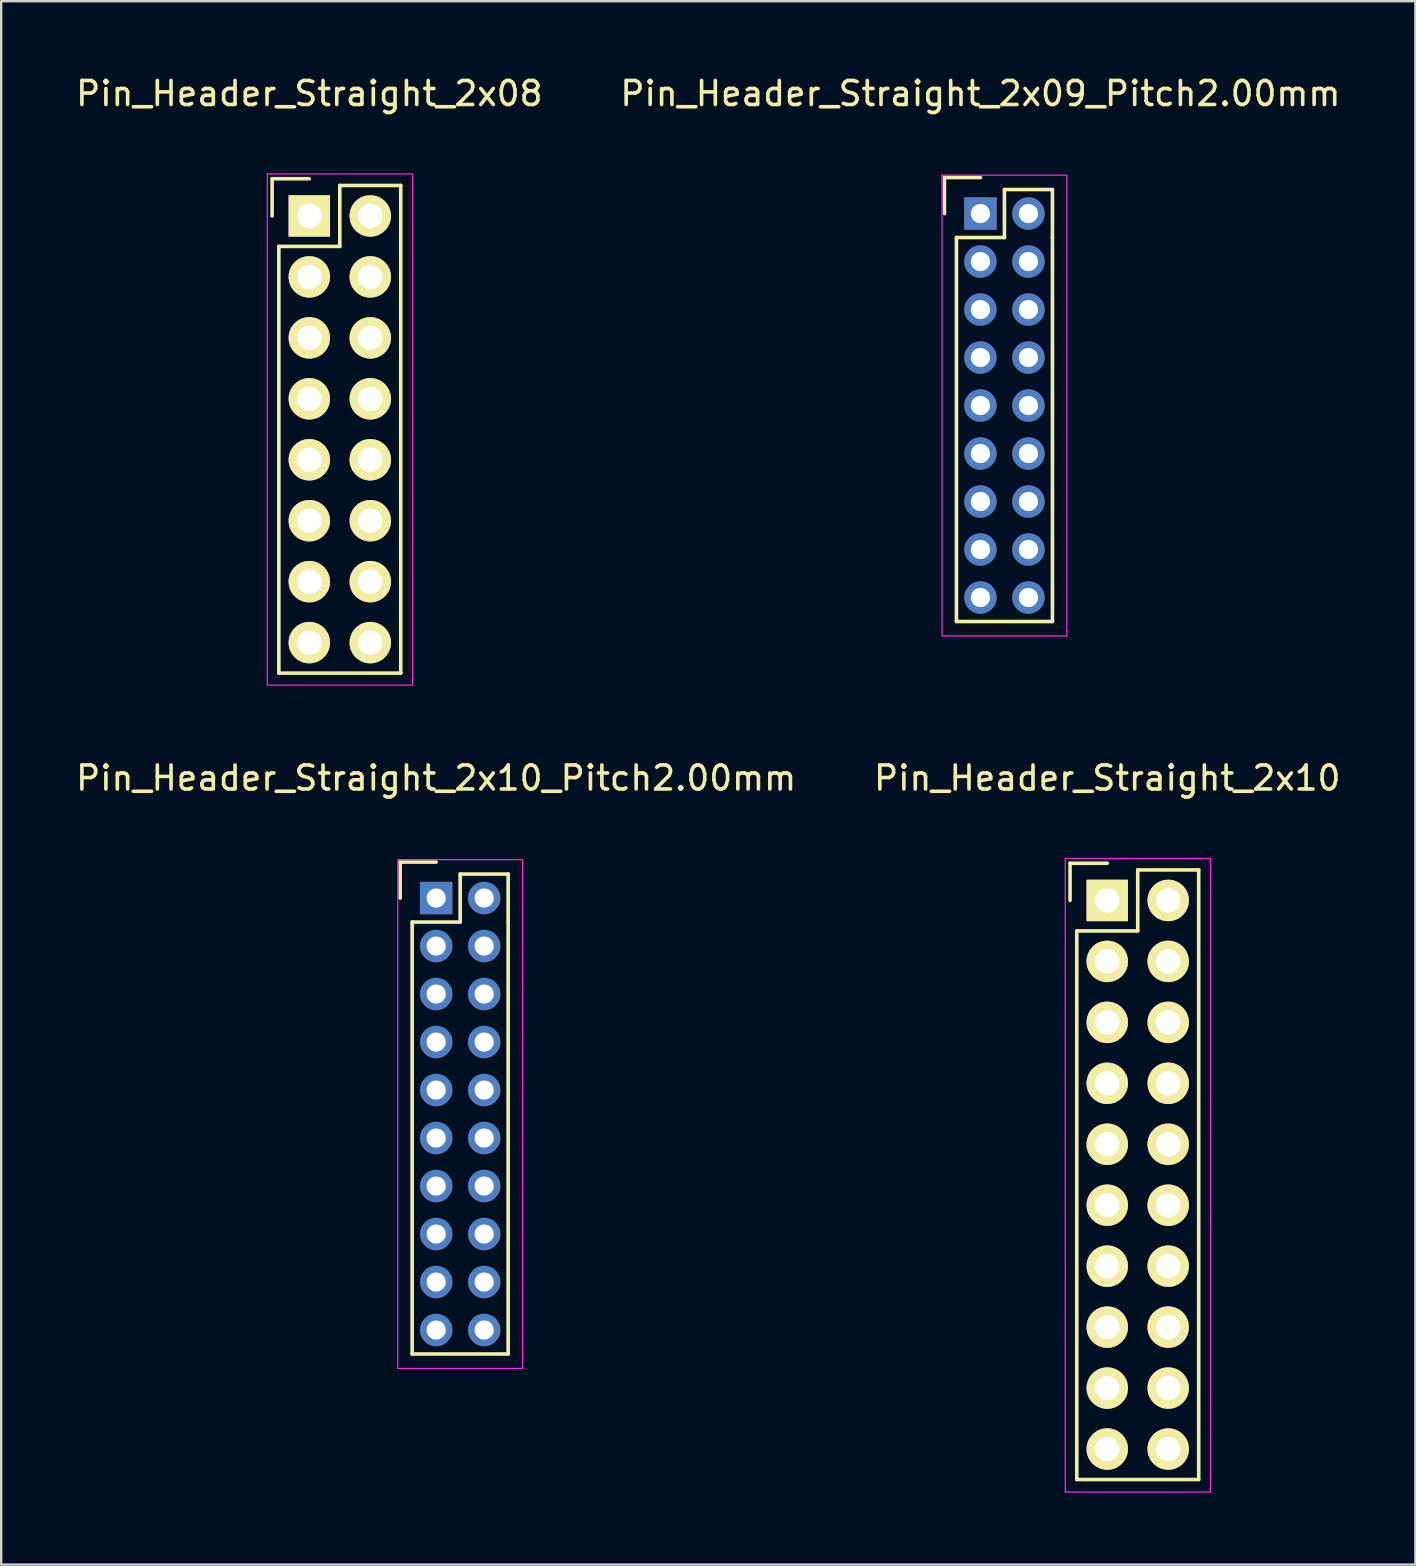
<source format=kicad_pcb>
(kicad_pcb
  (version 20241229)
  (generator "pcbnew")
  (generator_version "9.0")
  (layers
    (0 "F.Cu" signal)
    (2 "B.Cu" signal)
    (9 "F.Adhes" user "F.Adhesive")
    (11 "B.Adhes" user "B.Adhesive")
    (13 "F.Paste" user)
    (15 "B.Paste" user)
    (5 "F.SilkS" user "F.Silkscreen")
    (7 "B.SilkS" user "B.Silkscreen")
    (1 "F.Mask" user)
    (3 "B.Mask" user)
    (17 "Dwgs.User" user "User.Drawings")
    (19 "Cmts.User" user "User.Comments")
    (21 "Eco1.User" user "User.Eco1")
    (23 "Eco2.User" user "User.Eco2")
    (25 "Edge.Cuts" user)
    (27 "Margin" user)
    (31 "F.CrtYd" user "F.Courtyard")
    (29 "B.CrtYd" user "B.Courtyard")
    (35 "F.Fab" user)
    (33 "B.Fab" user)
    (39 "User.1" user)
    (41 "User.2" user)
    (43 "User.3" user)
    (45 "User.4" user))
  (footprint "Pin_Header_Straight_2x10_Pitch2.00mm"
    (layer "F.Cu")
    (at 15.125 34.371)
    (property "Reference" "Pin_Header_Straight_2x10_Pitch2.00mm" (at 0 -5 0) (layer "F.SilkS") (effects (font (size 1 1) (thickness 0.15))))
    (attr through_hole)
    (fp_line (start -1.5 -1.5) (end 0 -1.5) (stroke (width 0.15) (type solid)) (layer "F.SilkS"))
    (fp_line (start -1.5 0) (end -1.5 -1.5) (stroke (width 0.15) (type solid)) (layer "F.SilkS"))
    (fp_line (start -1 1) (end 1 1) (stroke (width 0.15) (type solid)) (layer "F.SilkS"))
    (fp_line (start -1 19) (end -1 1) (stroke (width 0.15) (type solid)) (layer "F.SilkS"))
    (fp_line (start 1 -1) (end 3 -1) (stroke (width 0.15) (type solid)) (layer "F.SilkS"))
    (fp_line (start 1 1) (end 1 -1) (stroke (width 0.15) (type solid)) (layer "F.SilkS"))
    (fp_line (start 3 -1) (end 3 1) (stroke (width 0.15) (type solid)) (layer "F.SilkS"))
    (fp_line (start 3 1) (end 3 19) (stroke (width 0.15) (type solid)) (layer "F.SilkS"))
    (fp_line (start 3 19) (end -1 19) (stroke (width 0.15) (type solid)) (layer "F.SilkS"))
    (fp_line (start -1.6 -1.6) (end 3.6 -1.6) (stroke (width 0.05) (type solid)) (layer "F.CrtYd"))
    (fp_line (start -1.6 19.6) (end -1.6 -1.6) (stroke (width 0.05) (type solid)) (layer "F.CrtYd"))
    (fp_line (start 3.6 -1.6) (end 3.6 19.6) (stroke (width 0.05) (type solid)) (layer "F.CrtYd"))
    (fp_line (start 3.6 19.6) (end -1.6 19.6) (stroke (width 0.05) (type solid)) (layer "F.CrtYd"))
    (pad "1" thru_hole rect (at 0 0) (size 1.35 1.35) (drill 0.8) (layers "*.Cu" "*.Mask"))
    (pad "2" thru_hole circle (at 2 0) (size 1.35 1.35) (drill 0.8) (layers "*.Cu" "*.Mask"))
    (pad "3" thru_hole circle (at 0 2) (size 1.35 1.35) (drill 0.8) (layers "*.Cu" "*.Mask"))
    (pad "4" thru_hole circle (at 2 2) (size 1.35 1.35) (drill 0.8) (layers "*.Cu" "*.Mask"))
    (pad "5" thru_hole circle (at 0 4) (size 1.35 1.35) (drill 0.8) (layers "*.Cu" "*.Mask"))
    (pad "6" thru_hole circle (at 2 4) (size 1.35 1.35) (drill 0.8) (layers "*.Cu" "*.Mask"))
    (pad "7" thru_hole circle (at 0 6) (size 1.35 1.35) (drill 0.8) (layers "*.Cu" "*.Mask"))
    (pad "8" thru_hole circle (at 2 6) (size 1.35 1.35) (drill 0.8) (layers "*.Cu" "*.Mask"))
    (pad "9" thru_hole circle (at 0 8) (size 1.35 1.35) (drill 0.8) (layers "*.Cu" "*.Mask"))
    (pad "10" thru_hole circle (at 2 8) (size 1.35 1.35) (drill 0.8) (layers "*.Cu" "*.Mask"))
    (pad "11" thru_hole circle (at 0 10) (size 1.35 1.35) (drill 0.8) (layers "*.Cu" "*.Mask"))
    (pad "12" thru_hole circle (at 2 10) (size 1.35 1.35) (drill 0.8) (layers "*.Cu" "*.Mask"))
    (pad "13" thru_hole circle (at 0 12) (size 1.35 1.35) (drill 0.8) (layers "*.Cu" "*.Mask"))
    (pad "14" thru_hole circle (at 2 12) (size 1.35 1.35) (drill 0.8) (layers "*.Cu" "*.Mask"))
    (pad "15" thru_hole circle (at 0 14) (size 1.35 1.35) (drill 0.8) (layers "*.Cu" "*.Mask"))
    (pad "16" thru_hole circle (at 2 14) (size 1.35 1.35) (drill 0.8) (layers "*.Cu" "*.Mask"))
    (pad "17" thru_hole circle (at 0 16) (size 1.35 1.35) (drill 0.8) (layers "*.Cu" "*.Mask"))
    (pad "18" thru_hole circle (at 2 16) (size 1.35 1.35) (drill 0.8) (layers "*.Cu" "*.Mask"))
    (pad "19" thru_hole circle (at 0 18) (size 1.35 1.35) (drill 0.8) (layers "*.Cu" "*.Mask"))
    (pad "20" thru_hole circle (at 2 18) (size 1.35 1.35) (drill 0.8) (layers "*.Cu" "*.Mask")))
  (footprint "Pin_Header_Straight_2x08"
    (layer "F.Cu")
    (at 9.839 5.948)
    (property "Reference" "Pin_Header_Straight_2x08" (at 0 -5.1 0) (layer "F.SilkS") (effects (font (size 1 1) (thickness 0.15))))
    (attr through_hole)
    (fp_line (start -1.55 -1.55) (end -1.55 0) (stroke (width 0.15) (type solid)) (layer "F.SilkS"))
    (fp_line (start -1.27 1.27) (end -1.27 19.05) (stroke (width 0.15) (type solid)) (layer "F.SilkS"))
    (fp_line (start 0 -1.55) (end -1.55 -1.55) (stroke (width 0.15) (type solid)) (layer "F.SilkS"))
    (fp_line (start 1.27 -1.27) (end 1.27 1.27) (stroke (width 0.15) (type solid)) (layer "F.SilkS"))
    (fp_line (start 1.27 1.27) (end -1.27 1.27) (stroke (width 0.15) (type solid)) (layer "F.SilkS"))
    (fp_line (start 3.81 -1.27) (end 1.27 -1.27) (stroke (width 0.15) (type solid)) (layer "F.SilkS"))
    (fp_line (start 3.81 19.05) (end -1.27 19.05) (stroke (width 0.15) (type solid)) (layer "F.SilkS"))
    (fp_line (start 3.81 19.05) (end 3.81 -1.27) (stroke (width 0.15) (type solid)) (layer "F.SilkS"))
    (fp_line (start -1.75 -1.75) (end -1.75 19.55) (stroke (width 0.05) (type solid)) (layer "F.CrtYd"))
    (fp_line (start -1.75 -1.75) (end 4.3 -1.75) (stroke (width 0.05) (type solid)) (layer "F.CrtYd"))
    (fp_line (start -1.75 19.55) (end 4.3 19.55) (stroke (width 0.05) (type solid)) (layer "F.CrtYd"))
    (fp_line (start 4.3 -1.75) (end 4.3 19.55) (stroke (width 0.05) (type solid)) (layer "F.CrtYd"))
    (pad "1" thru_hole rect (at 0 0) (size 1.727 1.727) (drill 1.016) (layers "*.Cu" "*.Mask" "F.SilkS"))
    (pad "2" thru_hole oval (at 2.54 0) (size 1.727 1.727) (drill 1.016) (layers "*.Cu" "*.Mask" "F.SilkS"))
    (pad "3" thru_hole oval (at 0 2.54) (size 1.727 1.727) (drill 1.016) (layers "*.Cu" "*.Mask" "F.SilkS"))
    (pad "4" thru_hole oval (at 2.54 2.54) (size 1.727 1.727) (drill 1.016) (layers "*.Cu" "*.Mask" "F.SilkS"))
    (pad "5" thru_hole oval (at 0 5.08) (size 1.727 1.727) (drill 1.016) (layers "*.Cu" "*.Mask" "F.SilkS"))
    (pad "6" thru_hole oval (at 2.54 5.08) (size 1.727 1.727) (drill 1.016) (layers "*.Cu" "*.Mask" "F.SilkS"))
    (pad "7" thru_hole oval (at 0 7.62) (size 1.727 1.727) (drill 1.016) (layers "*.Cu" "*.Mask" "F.SilkS"))
    (pad "8" thru_hole oval (at 2.54 7.62) (size 1.727 1.727) (drill 1.016) (layers "*.Cu" "*.Mask" "F.SilkS"))
    (pad "9" thru_hole oval (at 0 10.16) (size 1.727 1.727) (drill 1.016) (layers "*.Cu" "*.Mask" "F.SilkS"))
    (pad "10" thru_hole oval (at 2.54 10.16) (size 1.727 1.727) (drill 1.016) (layers "*.Cu" "*.Mask" "F.SilkS"))
    (pad "11" thru_hole oval (at 0 12.7) (size 1.727 1.727) (drill 1.016) (layers "*.Cu" "*.Mask" "F.SilkS"))
    (pad "12" thru_hole oval (at 2.54 12.7) (size 1.727 1.727) (drill 1.016) (layers "*.Cu" "*.Mask" "F.SilkS"))
    (pad "13" thru_hole oval (at 0 15.24) (size 1.727 1.727) (drill 1.016) (layers "*.Cu" "*.Mask" "F.SilkS"))
    (pad "14" thru_hole oval (at 2.54 15.24) (size 1.727 1.727) (drill 1.016) (layers "*.Cu" "*.Mask" "F.SilkS"))
    (pad "15" thru_hole oval (at 0 17.78) (size 1.727 1.727) (drill 1.016) (layers "*.Cu" "*.Mask" "F.SilkS"))
    (pad "16" thru_hole oval (at 2.54 17.78) (size 1.727 1.727) (drill 1.016) (layers "*.Cu" "*.Mask" "F.SilkS")))
  (footprint "Pin_Header_Straight_2x10"
    (layer "F.Cu")
    (at 43.089 34.471)
    (property "Reference" "Pin_Header_Straight_2x10" (at 0 -5.1 0) (layer "F.SilkS") (effects (font (size 1 1) (thickness 0.15))))
    (attr through_hole)
    (fp_line (start -1.55 -1.55) (end -1.55 0) (stroke (width 0.15) (type solid)) (layer "F.SilkS"))
    (fp_line (start -1.27 1.27) (end -1.27 24.13) (stroke (width 0.15) (type solid)) (layer "F.SilkS"))
    (fp_line (start 0 -1.55) (end -1.55 -1.55) (stroke (width 0.15) (type solid)) (layer "F.SilkS"))
    (fp_line (start 1.27 -1.27) (end 1.27 1.27) (stroke (width 0.15) (type solid)) (layer "F.SilkS"))
    (fp_line (start 1.27 1.27) (end -1.27 1.27) (stroke (width 0.15) (type solid)) (layer "F.SilkS"))
    (fp_line (start 3.81 -1.27) (end 1.27 -1.27) (stroke (width 0.15) (type solid)) (layer "F.SilkS"))
    (fp_line (start 3.81 24.13) (end -1.27 24.13) (stroke (width 0.15) (type solid)) (layer "F.SilkS"))
    (fp_line (start 3.81 24.13) (end 3.81 -1.27) (stroke (width 0.15) (type solid)) (layer "F.SilkS"))
    (fp_line (start -1.75 -1.75) (end -1.75 24.65) (stroke (width 0.05) (type solid)) (layer "F.CrtYd"))
    (fp_line (start -1.75 -1.75) (end 4.3 -1.75) (stroke (width 0.05) (type solid)) (layer "F.CrtYd"))
    (fp_line (start -1.75 24.65) (end 4.3 24.65) (stroke (width 0.05) (type solid)) (layer "F.CrtYd"))
    (fp_line (start 4.3 -1.75) (end 4.3 24.65) (stroke (width 0.05) (type solid)) (layer "F.CrtYd"))
    (pad "1" thru_hole rect (at 0 0) (size 1.727 1.727) (drill 1.016) (layers "*.Cu" "*.Mask" "F.SilkS"))
    (pad "2" thru_hole oval (at 2.54 0) (size 1.727 1.727) (drill 1.016) (layers "*.Cu" "*.Mask" "F.SilkS"))
    (pad "3" thru_hole oval (at 0 2.54) (size 1.727 1.727) (drill 1.016) (layers "*.Cu" "*.Mask" "F.SilkS"))
    (pad "4" thru_hole oval (at 2.54 2.54) (size 1.727 1.727) (drill 1.016) (layers "*.Cu" "*.Mask" "F.SilkS"))
    (pad "5" thru_hole oval (at 0 5.08) (size 1.727 1.727) (drill 1.016) (layers "*.Cu" "*.Mask" "F.SilkS"))
    (pad "6" thru_hole oval (at 2.54 5.08) (size 1.727 1.727) (drill 1.016) (layers "*.Cu" "*.Mask" "F.SilkS"))
    (pad "7" thru_hole oval (at 0 7.62) (size 1.727 1.727) (drill 1.016) (layers "*.Cu" "*.Mask" "F.SilkS"))
    (pad "8" thru_hole oval (at 2.54 7.62) (size 1.727 1.727) (drill 1.016) (layers "*.Cu" "*.Mask" "F.SilkS"))
    (pad "9" thru_hole oval (at 0 10.16) (size 1.727 1.727) (drill 1.016) (layers "*.Cu" "*.Mask" "F.SilkS"))
    (pad "10" thru_hole oval (at 2.54 10.16) (size 1.727 1.727) (drill 1.016) (layers "*.Cu" "*.Mask" "F.SilkS"))
    (pad "11" thru_hole oval (at 0 12.7) (size 1.727 1.727) (drill 1.016) (layers "*.Cu" "*.Mask" "F.SilkS"))
    (pad "12" thru_hole oval (at 2.54 12.7) (size 1.727 1.727) (drill 1.016) (layers "*.Cu" "*.Mask" "F.SilkS"))
    (pad "13" thru_hole oval (at 0 15.24) (size 1.727 1.727) (drill 1.016) (layers "*.Cu" "*.Mask" "F.SilkS"))
    (pad "14" thru_hole oval (at 2.54 15.24) (size 1.727 1.727) (drill 1.016) (layers "*.Cu" "*.Mask" "F.SilkS"))
    (pad "15" thru_hole oval (at 0 17.78) (size 1.727 1.727) (drill 1.016) (layers "*.Cu" "*.Mask" "F.SilkS"))
    (pad "16" thru_hole oval (at 2.54 17.78) (size 1.727 1.727) (drill 1.016) (layers "*.Cu" "*.Mask" "F.SilkS"))
    (pad "17" thru_hole oval (at 0 20.32) (size 1.727 1.727) (drill 1.016) (layers "*.Cu" "*.Mask" "F.SilkS"))
    (pad "18" thru_hole oval (at 2.54 20.32) (size 1.727 1.727) (drill 1.016) (layers "*.Cu" "*.Mask" "F.SilkS"))
    (pad "19" thru_hole oval (at 0 22.86) (size 1.727 1.727) (drill 1.016) (layers "*.Cu" "*.Mask" "F.SilkS"))
    (pad "20" thru_hole oval (at 2.54 22.86) (size 1.727 1.727) (drill 1.016) (layers "*.Cu" "*.Mask" "F.SilkS")))
  (footprint "Pin_Header_Straight_2x09_Pitch2.00mm"
    (layer "F.Cu")
    (at 37.804 5.848)
    (property "Reference" "Pin_Header_Straight_2x09_Pitch2.00mm" (at 0 -5 0) (layer "F.SilkS") (effects (font (size 1 1) (thickness 0.15))))
    (attr through_hole)
    (fp_line (start -1.5 -1.5) (end 0 -1.5) (stroke (width 0.15) (type solid)) (layer "F.SilkS"))
    (fp_line (start -1.5 0) (end -1.5 -1.5) (stroke (width 0.15) (type solid)) (layer "F.SilkS"))
    (fp_line (start -1 1) (end 1 1) (stroke (width 0.15) (type solid)) (layer "F.SilkS"))
    (fp_line (start -1 17) (end -1 1) (stroke (width 0.15) (type solid)) (layer "F.SilkS"))
    (fp_line (start 1 -1) (end 3 -1) (stroke (width 0.15) (type solid)) (layer "F.SilkS"))
    (fp_line (start 1 1) (end 1 -1) (stroke (width 0.15) (type solid)) (layer "F.SilkS"))
    (fp_line (start 3 -1) (end 3 1) (stroke (width 0.15) (type solid)) (layer "F.SilkS"))
    (fp_line (start 3 1) (end 3 17) (stroke (width 0.15) (type solid)) (layer "F.SilkS"))
    (fp_line (start 3 17) (end -1 17) (stroke (width 0.15) (type solid)) (layer "F.SilkS"))
    (fp_line (start -1.6 -1.6) (end 3.6 -1.6) (stroke (width 0.05) (type solid)) (layer "F.CrtYd"))
    (fp_line (start -1.6 17.6) (end -1.6 -1.6) (stroke (width 0.05) (type solid)) (layer "F.CrtYd"))
    (fp_line (start 3.6 -1.6) (end 3.6 17.6) (stroke (width 0.05) (type solid)) (layer "F.CrtYd"))
    (fp_line (start 3.6 17.6) (end -1.6 17.6) (stroke (width 0.05) (type solid)) (layer "F.CrtYd"))
    (pad "1" thru_hole rect (at 0 0) (size 1.35 1.35) (drill 0.8) (layers "*.Cu" "*.Mask"))
    (pad "2" thru_hole circle (at 2 0) (size 1.35 1.35) (drill 0.8) (layers "*.Cu" "*.Mask"))
    (pad "3" thru_hole circle (at 0 2) (size 1.35 1.35) (drill 0.8) (layers "*.Cu" "*.Mask"))
    (pad "4" thru_hole circle (at 2 2) (size 1.35 1.35) (drill 0.8) (layers "*.Cu" "*.Mask"))
    (pad "5" thru_hole circle (at 0 4) (size 1.35 1.35) (drill 0.8) (layers "*.Cu" "*.Mask"))
    (pad "6" thru_hole circle (at 2 4) (size 1.35 1.35) (drill 0.8) (layers "*.Cu" "*.Mask"))
    (pad "7" thru_hole circle (at 0 6) (size 1.35 1.35) (drill 0.8) (layers "*.Cu" "*.Mask"))
    (pad "8" thru_hole circle (at 2 6) (size 1.35 1.35) (drill 0.8) (layers "*.Cu" "*.Mask"))
    (pad "9" thru_hole circle (at 0 8) (size 1.35 1.35) (drill 0.8) (layers "*.Cu" "*.Mask"))
    (pad "10" thru_hole circle (at 2 8) (size 1.35 1.35) (drill 0.8) (layers "*.Cu" "*.Mask"))
    (pad "11" thru_hole circle (at 0 10) (size 1.35 1.35) (drill 0.8) (layers "*.Cu" "*.Mask"))
    (pad "12" thru_hole circle (at 2 10) (size 1.35 1.35) (drill 0.8) (layers "*.Cu" "*.Mask"))
    (pad "13" thru_hole circle (at 0 12) (size 1.35 1.35) (drill 0.8) (layers "*.Cu" "*.Mask"))
    (pad "14" thru_hole circle (at 2 12) (size 1.35 1.35) (drill 0.8) (layers "*.Cu" "*.Mask"))
    (pad "15" thru_hole circle (at 0 14) (size 1.35 1.35) (drill 0.8) (layers "*.Cu" "*.Mask"))
    (pad "16" thru_hole circle (at 2 14) (size 1.35 1.35) (drill 0.8) (layers "*.Cu" "*.Mask"))
    (pad "17" thru_hole circle (at 0 16) (size 1.35 1.35) (drill 0.8) (layers "*.Cu" "*.Mask"))
    (pad "18" thru_hole circle (at 2 16) (size 1.35 1.35) (drill 0.8) (layers "*.Cu" "*.Mask")))
  (gr_rect
    (start -3 -3)
    (end 55.929 62.147)
    (stroke (width 0.1) (type default))
    (fill no)
    (layer "Edge.Cuts")))
</source>
